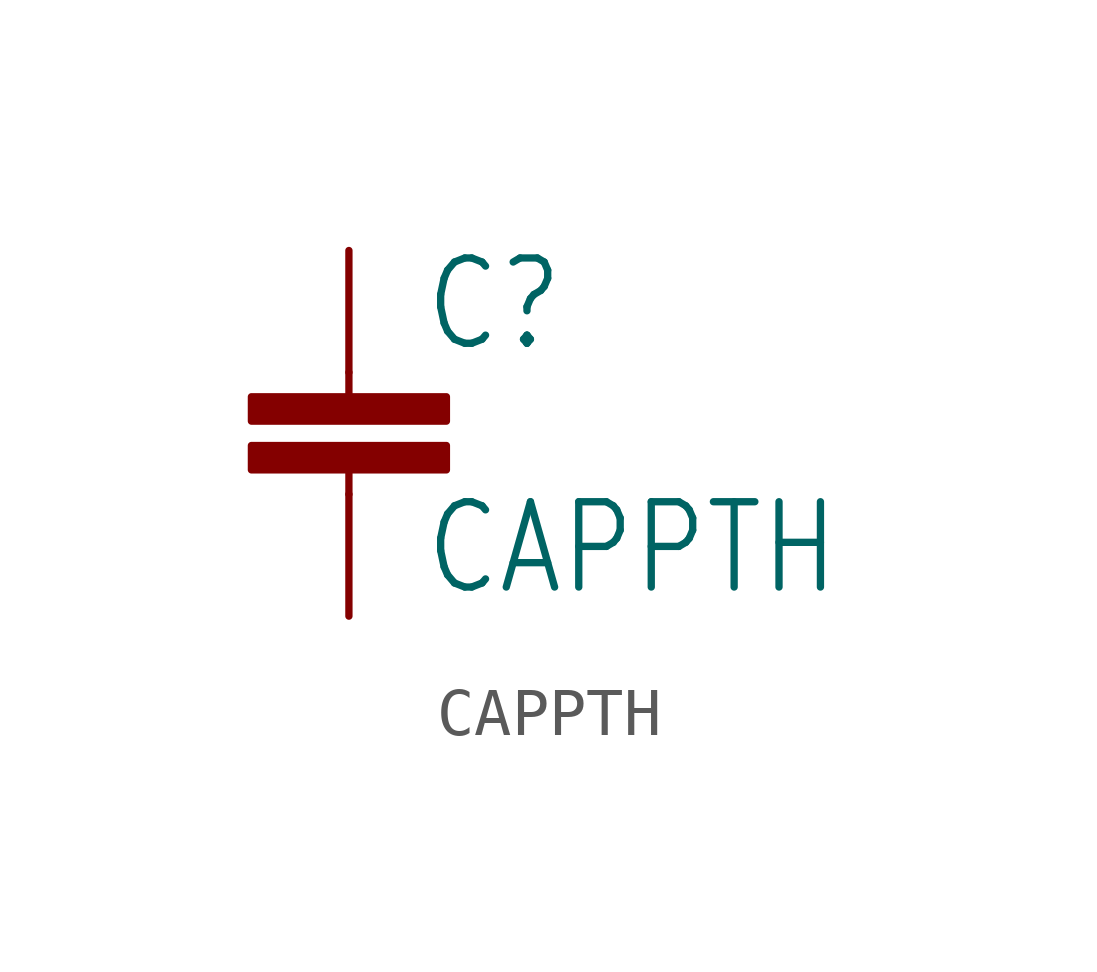
<source format=kicad_sym>
(kicad_symbol_lib
  (version 20220914)
  (generator kicad_symbol_editor)
  (symbol "CAPPTH"
    (property "Reference" "C"
      (at 1.524 2.921 0)
      (effects (font (size 1.778 1.511)) (justify left bottom)))
    (property "Value" "CAPPTH"
      (at 1.524 -2.159 0)
      (effects (font (size 1.778 1.511)) (justify left bottom)))
    (property "ki_locked" ""
      (at 0 0 0)
      (effects (font (size 1.27 1.27))))
    (symbol "CAPPTH_1_0"
      (rectangle (start -2.032 0.508) (end 2.032 1.016) (stroke (width 0) (type default)) (fill (type outline)))
      (rectangle (start -2.032 1.524) (end 2.032 2.032) (stroke (width 0) (type default)) (fill (type outline)))
      (polyline (pts (xy 0 0) (xy 0 0.508)) (stroke (width 0.152) (type default)) (fill (type none)))
      (polyline (pts (xy 0 2.54) (xy 0 2.032)) (stroke (width 0.152) (type default)) (fill (type none)))
      (pin passive line (at 0 5.08 270) (length 2.54) (name "1" (effects (font (size 0 0)))) (number "1" (effects (font (size 0 0)))))
      (pin passive line (at 0 -2.54 90) (length 2.54) (name "2" (effects (font (size 0 0)))) (number "2" (effects (font (size 0 0))))))))
</source>
